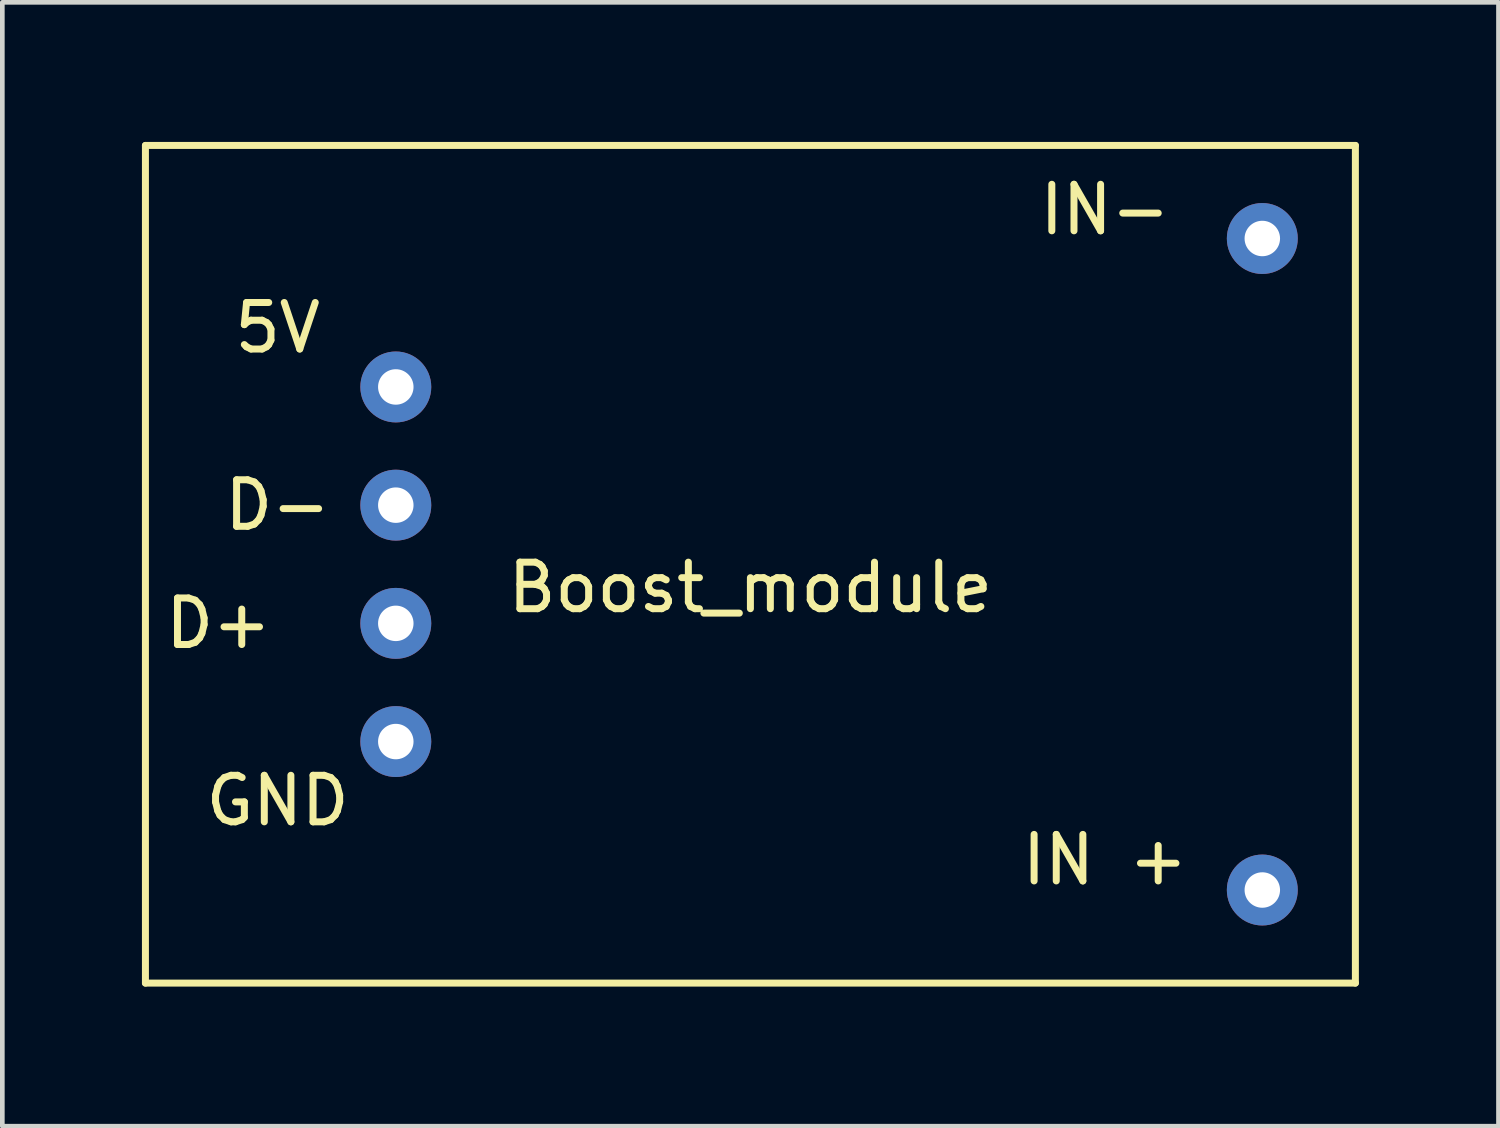
<source format=kicad_pcb>
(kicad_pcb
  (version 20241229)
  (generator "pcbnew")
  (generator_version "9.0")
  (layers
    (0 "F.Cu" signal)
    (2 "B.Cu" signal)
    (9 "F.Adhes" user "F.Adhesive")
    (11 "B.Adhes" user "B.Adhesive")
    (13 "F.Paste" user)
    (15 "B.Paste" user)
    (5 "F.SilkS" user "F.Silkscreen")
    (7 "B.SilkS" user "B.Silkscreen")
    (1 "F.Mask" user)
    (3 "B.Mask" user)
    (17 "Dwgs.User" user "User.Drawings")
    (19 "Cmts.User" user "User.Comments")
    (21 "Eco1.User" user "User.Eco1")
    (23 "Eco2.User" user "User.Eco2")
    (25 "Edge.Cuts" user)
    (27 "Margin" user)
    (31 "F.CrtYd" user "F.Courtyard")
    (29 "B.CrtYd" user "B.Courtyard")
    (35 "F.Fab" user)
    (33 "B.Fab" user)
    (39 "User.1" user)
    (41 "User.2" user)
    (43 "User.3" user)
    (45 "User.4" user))
  (footprint "Boost_module"
    (layer "F.Cu")
    (at 13.075 9.075)
    (property "Reference" "Boost_module" (at 0 0.5 0) (layer "F.SilkS") (effects (font (size 1 1) (thickness 0.15))))
    (attr through_hole)
    (fp_line (start -13 -9) (end 13 -9) (stroke (width 0.15) (type solid)) (layer "F.SilkS"))
    (fp_line (start -13 9) (end -13 -9) (stroke (width 0.15) (type solid)) (layer "F.SilkS"))
    (fp_line (start 13 -9) (end 13 9) (stroke (width 0.15) (type solid)) (layer "F.SilkS"))
    (fp_line (start 13 9) (end -13 9) (stroke (width 0.15) (type solid)) (layer "F.SilkS"))
    (fp_text user "IN +" (at 7.62 6.35 0) (layer "F.SilkS") (effects (font (size 1 1) (thickness 0.15))))
    (fp_text user "5V" (at -10.16 -5.08 0) (layer "F.SilkS") (effects (font (size 1 1) (thickness 0.15))))
    (fp_text user "D-" (at -10.16 -1.27 0) (layer "F.SilkS") (effects (font (size 1 1) (thickness 0.15))))
    (fp_text user "D+" (at -11.43 1.27 0) (layer "F.SilkS") (effects (font (size 1 1) (thickness 0.15))))
    (fp_text user "GND" (at -10.16 5.08 0) (layer "F.SilkS") (effects (font (size 1 1) (thickness 0.15))))
    (fp_text user "IN-" (at 7.62 -7.62 0) (layer "F.SilkS") (effects (font (size 1 1) (thickness 0.15))))
    (pad "1" thru_hole circle (at 11 7) (size 1.524 1.524) (drill 0.762) (layers "*.Cu" "*.Mask"))
    (pad "2" thru_hole circle (at 11 -7) (size 1.524 1.524) (drill 0.762) (layers "*.Cu" "*.Mask"))
    (pad "3" thru_hole circle (at -7.62 -3.81) (size 1.524 1.524) (drill 0.762) (layers "*.Cu" "*.Mask"))
    (pad "4" thru_hole circle (at -7.62 3.81) (size 1.524 1.524) (drill 0.762) (layers "*.Cu" "*.Mask"))
    (pad "5" thru_hole circle (at -7.62 -1.27) (size 1.524 1.524) (drill 0.762) (layers "*.Cu" "*.Mask"))
    (pad "6" thru_hole circle (at -7.62 1.27) (size 1.524 1.524) (drill 0.762) (layers "*.Cu" "*.Mask")))
  (gr_rect
    (start -3 -3)
    (end 29.15 21.15)
    (stroke (width 0.1) (type default))
    (fill no)
    (layer "Edge.Cuts")))
</source>
